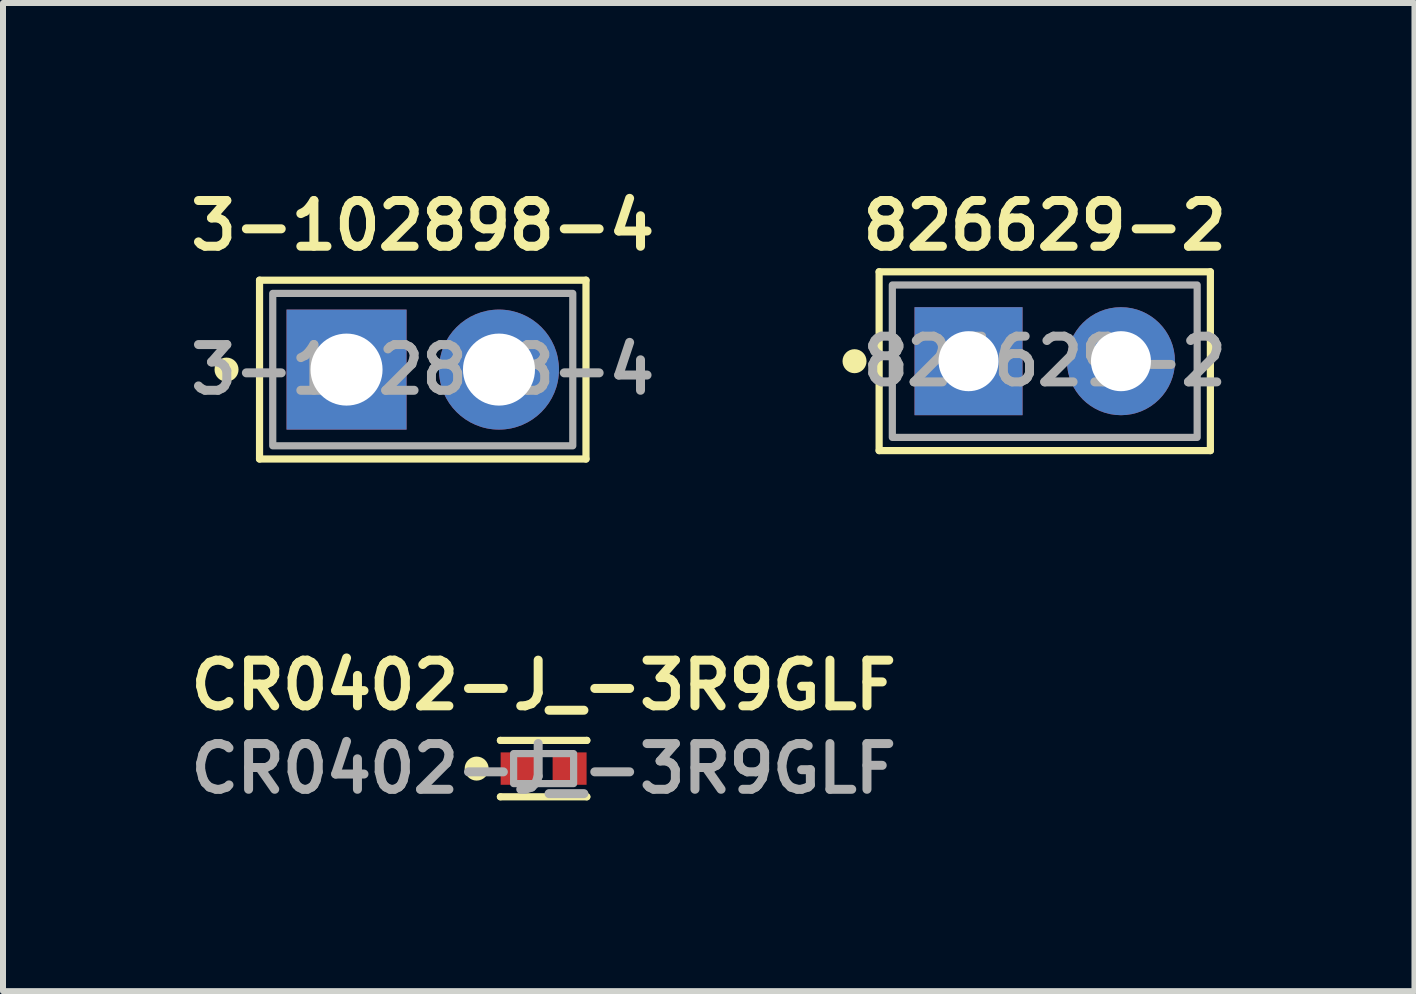
<source format=kicad_pcb>
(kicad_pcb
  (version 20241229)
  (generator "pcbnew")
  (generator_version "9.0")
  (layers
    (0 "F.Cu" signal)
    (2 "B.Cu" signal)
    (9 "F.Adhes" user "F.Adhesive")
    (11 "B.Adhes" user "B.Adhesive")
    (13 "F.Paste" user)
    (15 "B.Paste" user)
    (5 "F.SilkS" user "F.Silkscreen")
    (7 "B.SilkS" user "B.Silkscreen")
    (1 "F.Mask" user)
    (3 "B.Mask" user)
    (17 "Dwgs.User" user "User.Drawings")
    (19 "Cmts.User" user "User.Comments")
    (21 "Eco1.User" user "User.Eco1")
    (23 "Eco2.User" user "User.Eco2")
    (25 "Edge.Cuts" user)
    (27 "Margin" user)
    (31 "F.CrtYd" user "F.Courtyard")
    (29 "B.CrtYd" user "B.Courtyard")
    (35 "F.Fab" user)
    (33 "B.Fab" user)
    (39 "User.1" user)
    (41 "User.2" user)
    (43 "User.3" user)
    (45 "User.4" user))
  (footprint "826629-2"
    (layer "F.Cu")
    (at 14.36 2.969)
    (property "Reference" "826629-2" (at 0 -2.26 0) (unlocked yes) (layer "F.SilkS") (effects (font (size 0.762 0.762) (thickness 0.15))))
    (fp_line (start -2.76 -1.49) (end 2.76 -1.49) (stroke (width 0.12) (type default)) (layer "F.SilkS"))
    (fp_line (start -2.76 1.49) (end -2.76 -1.49) (stroke (width 0.12) (type default)) (layer "F.SilkS"))
    (fp_line (start 2.76 -1.49) (end 2.76 1.49) (stroke (width 0.12) (type default)) (layer "F.SilkS"))
    (fp_line (start 2.76 1.49) (end -2.76 1.49) (stroke (width 0.12) (type default)) (layer "F.SilkS"))
    (fp_circle (center -3.17 0) (end -2.97 0) (stroke (width 0) (type default)) (fill yes) (layer "F.SilkS"))
    (fp_poly (pts (xy -2.539 1.27) (xy 2.539 1.27) (xy 2.54 1.27) (xy 2.54 1.269) (xy 2.54 -1.269) (xy 2.54 -1.27) (xy 2.539 -1.27) (xy -2.539 -1.27) (xy -2.54 -1.27) (xy -2.54 -1.269) (xy -2.54 1.269) (xy -2.54 1.27)) (stroke (width 0.12) (type default)) (fill no) (layer "F.Fab"))
    (fp_text user "${REFERENCE}" (at 0 0 0) (layer "F.Fab") (effects (font (size 0.762 0.762) (thickness 0.15))))
    (pad "1" thru_hole rect (at -1.27 0) (size 1.8 1.8) (drill 1) (layers "*.Cu" "*.Mask"))
    (pad "2" thru_hole circle (at 1.27 0) (size 1.8 1.8) (drill 1) (layers "*.Cu" "*.Mask")))
  (footprint "3-102898-4"
    (layer "F.Cu")
    (at 3.995 3.109)
    (property "Reference" "3-102898-4" (at 0 -2.4 0) (unlocked yes) (layer "F.SilkS") (effects (font (size 0.762 0.762) (thickness 0.15))))
    (fp_line (start -2.72 -1.49) (end 2.72 -1.49) (stroke (width 0.12) (type default)) (layer "F.SilkS"))
    (fp_line (start -2.72 1.49) (end -2.72 -1.49) (stroke (width 0.12) (type default)) (layer "F.SilkS"))
    (fp_line (start 2.72 -1.49) (end 2.72 1.49) (stroke (width 0.12) (type default)) (layer "F.SilkS"))
    (fp_line (start 2.72 1.49) (end -2.72 1.49) (stroke (width 0.12) (type default)) (layer "F.SilkS"))
    (fp_circle (center -3.27 0) (end -3.07 0) (stroke (width 0) (type default)) (fill yes) (layer "F.SilkS"))
    (fp_poly (pts (xy -2.499 1.27) (xy 2.499 1.27) (xy 2.5 1.27) (xy 2.5 1.269) (xy 2.5 -1.269) (xy 2.5 -1.27) (xy 2.499 -1.27) (xy -2.499 -1.27) (xy -2.5 -1.27) (xy -2.5 -1.269) (xy -2.5 1.269) (xy -2.5 1.27)) (stroke (width 0.12) (type default)) (fill no) (layer "F.Fab"))
    (fp_text user "${REFERENCE}" (at 0 0 0) (layer "F.Fab") (effects (font (size 0.762 0.762) (thickness 0.15))))
    (pad "1" thru_hole rect (at -1.27 0) (size 2 2) (drill 1.2) (layers "*.Cu" "*.Mask"))
    (pad "2" thru_hole circle (at 1.27 0) (size 2 2) (drill 1.2) (layers "*.Cu" "*.Mask")))
  (footprint "CR0402-J_-3R9GLF"
    (layer "F.Cu")
    (at 6.009 9.758)
    (property "Reference" "CR0402-J_-3R9GLF" (at 0 -1.39 0) (unlocked yes) (layer "F.SilkS") (effects (font (size 0.762 0.762) (thickness 0.15))))
    (fp_line (start -0.72 -0.47) (end -0.72 -0.47) (stroke (width 0.12) (type default)) (layer "F.SilkS"))
    (fp_line (start -0.72 -0.47) (end 0.72 -0.47) (stroke (width 0.12) (type default)) (layer "F.SilkS"))
    (fp_line (start -0.72 0.47) (end -0.72 0.47) (stroke (width 0.12) (type default)) (layer "F.SilkS"))
    (fp_line (start 0.72 -0.47) (end 0.72 -0.47) (stroke (width 0.12) (type default)) (layer "F.SilkS"))
    (fp_line (start 0.72 0.47) (end -0.72 0.47) (stroke (width 0.12) (type default)) (layer "F.SilkS"))
    (fp_line (start 0.72 0.47) (end 0.72 0.47) (stroke (width 0.12) (type default)) (layer "F.SilkS"))
    (fp_circle (center -1.116 0) (end -0.916 0) (stroke (width 0) (type default)) (fill yes) (layer "F.SilkS"))
    (fp_poly (pts (xy -0.499 0.25) (xy 0.499 0.25) (xy 0.5 0.25) (xy 0.5 0.249) (xy 0.5 -0.249) (xy 0.5 -0.25) (xy 0.499 -0.25) (xy -0.499 -0.25) (xy -0.5 -0.25) (xy -0.5 -0.249) (xy -0.5 0.249) (xy -0.5 0.25)) (stroke (width 0.12) (type default)) (fill no) (layer "F.Fab"))
    (fp_text user "${REFERENCE}" (at 0 0 0) (layer "F.Fab") (effects (font (size 0.762 0.762) (thickness 0.15))))
    (pad "1" smd rect (at -0.433 0) (size 0.566 0.54) (layers "F.Cu" "F.Mask" "F.Paste"))
    (pad "2" smd rect (at 0.433 0) (size 0.566 0.54) (layers "F.Cu" "F.Mask" "F.Paste")))
  (gr_rect
    (start -3 -3)
    (end 20.521 13.467)
    (stroke (width 0.1) (type default))
    (fill no)
    (layer "Edge.Cuts")))
</source>
